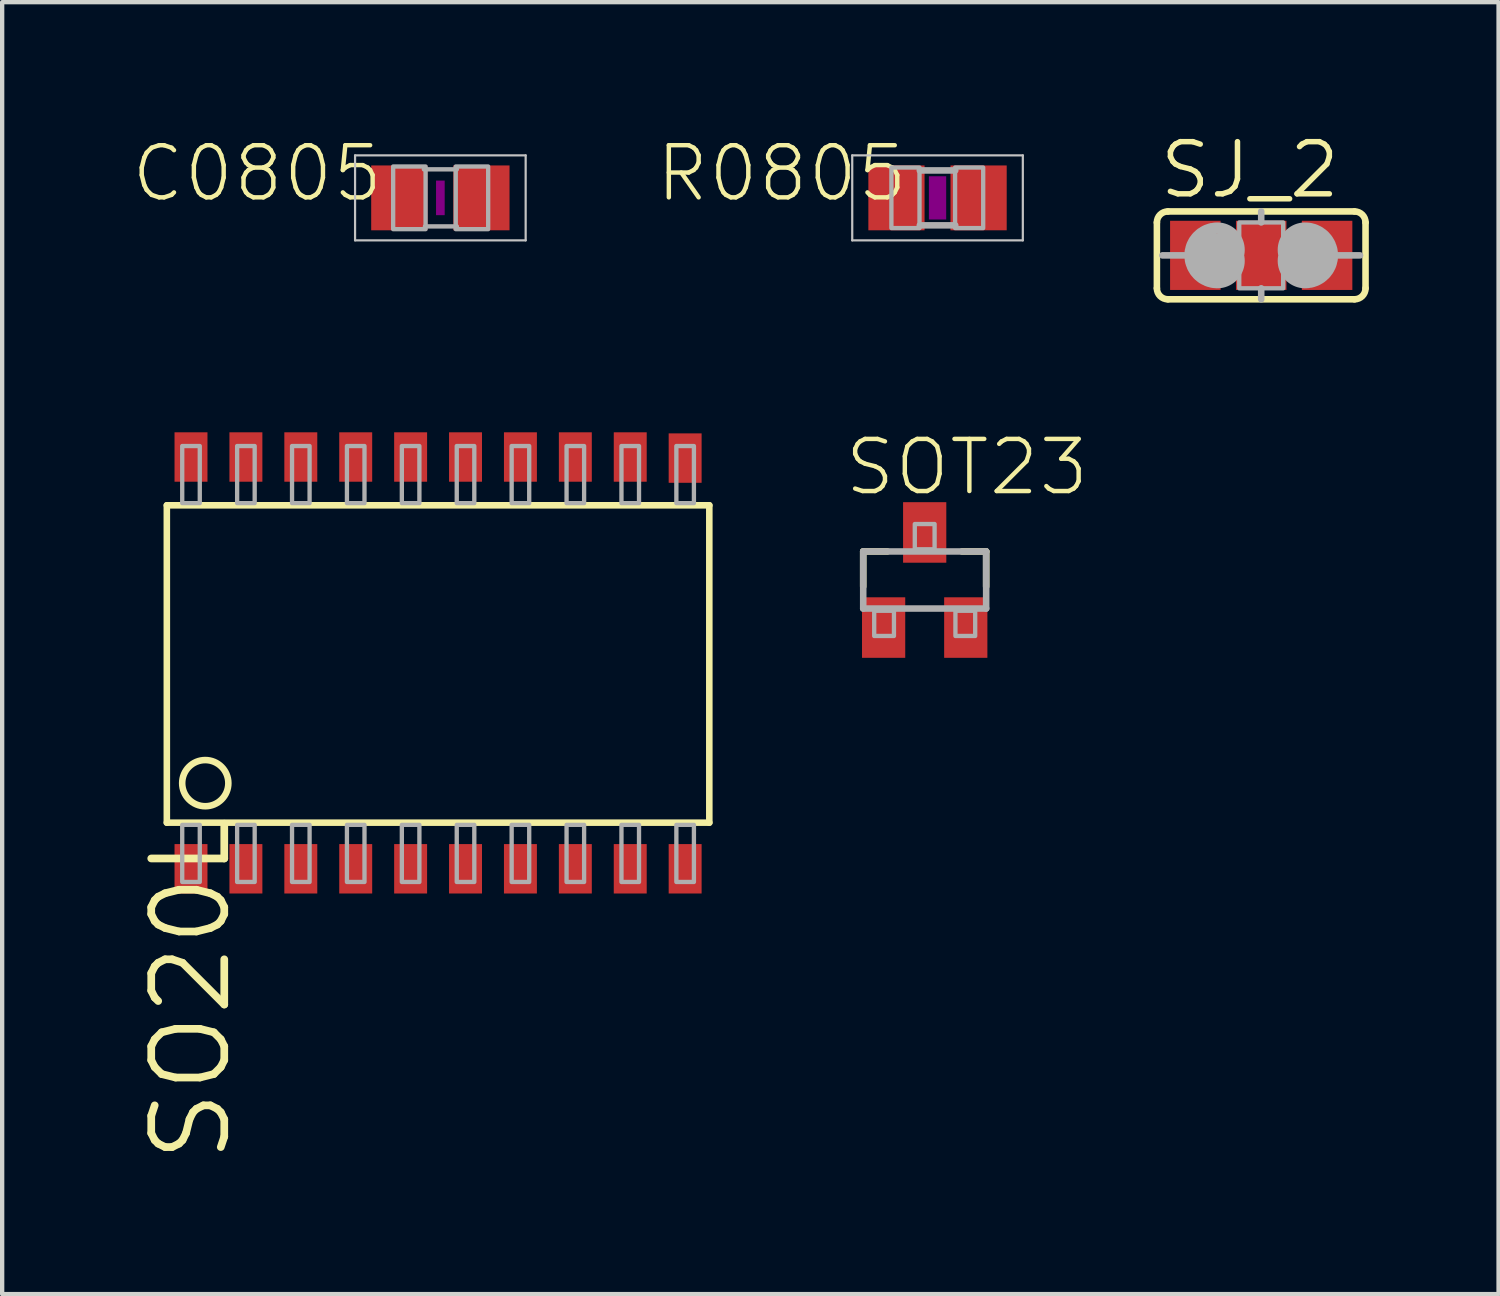
<source format=kicad_pcb>
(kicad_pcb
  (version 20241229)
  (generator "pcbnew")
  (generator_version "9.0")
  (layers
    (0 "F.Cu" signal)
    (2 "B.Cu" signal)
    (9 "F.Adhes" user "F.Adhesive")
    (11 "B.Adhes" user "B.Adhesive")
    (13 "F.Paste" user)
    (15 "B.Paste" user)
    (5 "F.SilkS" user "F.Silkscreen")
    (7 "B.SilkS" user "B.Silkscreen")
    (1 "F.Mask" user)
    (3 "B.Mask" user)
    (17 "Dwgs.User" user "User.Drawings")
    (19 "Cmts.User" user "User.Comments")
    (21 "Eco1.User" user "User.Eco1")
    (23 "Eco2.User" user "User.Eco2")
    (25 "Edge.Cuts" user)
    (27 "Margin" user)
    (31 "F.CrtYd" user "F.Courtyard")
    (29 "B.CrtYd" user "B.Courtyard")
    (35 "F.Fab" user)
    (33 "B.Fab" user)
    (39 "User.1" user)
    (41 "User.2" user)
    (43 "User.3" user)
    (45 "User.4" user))
  (footprint "SJ_2"
    (layer "F.Cu")
    (at 26.123 2.857)
    (property "Reference" "SJ_2" (at -2.413 -1.27 0) (layer "F.SilkS") (effects (font (size 1.206 1.206) (thickness 0.127)) (justify left bottom)))
    (attr through_hole)
    (fp_line (start -2.413 0.762) (end -2.413 -0.762) (stroke (width 0.152) (type solid)) (layer "F.SilkS"))
    (fp_line (start -2.159 -1.016) (end 2.159 -1.016) (stroke (width 0.152) (type solid)) (layer "F.SilkS"))
    (fp_line (start 2.159 1.016) (end -2.159 1.016) (stroke (width 0.152) (type solid)) (layer "F.SilkS"))
    (fp_line (start 2.413 0.762) (end 2.413 -0.762) (stroke (width 0.152) (type solid)) (layer "F.SilkS"))
    (fp_arc (start -2.413 -0.762) (mid -2.338605 -0.941605) (end -2.159 -1.016) (stroke (width 0.1524) (type solid)) (layer "F.SilkS"))
    (fp_arc (start -2.159 1.016) (mid -2.338605 0.941605) (end -2.413 0.762) (stroke (width 0.1524) (type solid)) (layer "F.SilkS"))
    (fp_arc (start 2.159 -1.016) (mid 2.338605 -0.941605) (end 2.413 -0.762) (stroke (width 0.1524) (type solid)) (layer "F.SilkS"))
    (fp_arc (start 2.413 0.762) (mid 2.338605 0.941605) (end 2.159 1.016) (stroke (width 0.1524) (type solid)) (layer "F.SilkS"))
    (fp_line (start -1.778 0) (end -2.286 0) (stroke (width 0.152) (type solid)) (layer "F.Fab"))
    (fp_line (start 0 -0.762) (end 0 -1.016) (stroke (width 0.152) (type solid)) (layer "F.Fab"))
    (fp_line (start 0 1.016) (end 0 0.762) (stroke (width 0.152) (type solid)) (layer "F.Fab"))
    (fp_line (start 1.778 0) (end 2.286 0) (stroke (width 0.152) (type solid)) (layer "F.Fab"))
    (fp_arc (start -1.016 0.127) (mid -1.143 0) (end -1.016 -0.127) (stroke (width 1.27) (type solid)) (layer "F.Fab"))
    (fp_arc (start 1.016 -0.127) (mid 1.143 0) (end 1.016 0.127) (stroke (width 1.27) (type solid)) (layer "F.Fab"))
    (fp_poly (pts (xy -0.508 0.762) (xy 0.508 0.762) (xy 0.508 -0.762) (xy -0.508 -0.762)) (stroke (width 0.1) (type solid)) (fill no) (layer "F.Fab"))
    (pad "1" smd rect (at -1.524 0) (size 1.168 1.6) (layers "F.Cu" "F.Mask" "F.Paste"))
    (pad "2" smd rect (at 0 0) (size 1.168 1.6) (layers "F.Cu" "F.Mask" "F.Paste"))
    (pad "3" smd rect (at 1.524 0) (size 1.168 1.6) (layers "F.Cu" "F.Mask" "F.Paste")))
  (footprint "C0805"
    (layer "F.Cu")
    (at 7.136 1.527)
    (property "Reference" "C0805" (at -1.27 -1.27 0) (layer "F.SilkS") (effects (font (size 1.206 1.206) (thickness 0.102)) (justify right top)))
    (attr through_hole)
    (fp_poly (pts (xy -0.1 0.4) (xy 0.1 0.4) (xy 0.1 -0.4) (xy -0.1 -0.4)) (stroke (width 0) (type solid)) (fill yes) (layer "F.Adhes"))
    (fp_line (start -1.973 -0.983) (end 1.973 -0.983) (stroke (width 0.051) (type solid)) (layer "Dwgs.User"))
    (fp_line (start -1.973 0.983) (end -1.973 -0.983) (stroke (width 0.051) (type solid)) (layer "Dwgs.User"))
    (fp_line (start 1.973 -0.983) (end 1.973 0.983) (stroke (width 0.051) (type solid)) (layer "Dwgs.User"))
    (fp_line (start 1.973 0.983) (end -1.973 0.983) (stroke (width 0.051) (type solid)) (layer "Dwgs.User"))
    (fp_line (start -0.381 -0.66) (end 0.381 -0.66) (stroke (width 0.102) (type solid)) (layer "F.Fab"))
    (fp_line (start -0.356 0.66) (end 0.381 0.66) (stroke (width 0.102) (type solid)) (layer "F.Fab"))
    (fp_poly (pts (xy -1.092 0.724) (xy -0.342 0.724) (xy -0.342 -0.726) (xy -1.092 -0.726)) (stroke (width 0.1) (type solid)) (fill no) (layer "F.Fab"))
    (fp_poly (pts (xy 0.356 0.724) (xy 1.106 0.724) (xy 1.106 -0.726) (xy 0.356 -0.726)) (stroke (width 0.1) (type solid)) (fill no) (layer "F.Fab"))
    (pad "1" smd rect (at -0.95 0) (size 1.3 1.5) (layers "F.Cu" "F.Mask" "F.Paste"))
    (pad "2" smd rect (at 0.95 0) (size 1.3 1.5) (layers "F.Cu" "F.Mask" "F.Paste")))
  (footprint "R0805"
    (layer "F.Cu")
    (at 18.636 1.527)
    (property "Reference" "R0805" (at -0.635 -1.27 0) (layer "F.SilkS") (effects (font (size 1.206 1.206) (thickness 0.102)) (justify right top)))
    (attr through_hole)
    (fp_poly (pts (xy -0.2 0.5) (xy 0.2 0.5) (xy 0.2 -0.5) (xy -0.2 -0.5)) (stroke (width 0) (type solid)) (fill yes) (layer "F.Adhes"))
    (fp_line (start -1.973 -0.983) (end 1.973 -0.983) (stroke (width 0.051) (type solid)) (layer "Dwgs.User"))
    (fp_line (start -1.973 0.983) (end -1.973 -0.983) (stroke (width 0.051) (type solid)) (layer "Dwgs.User"))
    (fp_line (start 1.973 -0.983) (end 1.973 0.983) (stroke (width 0.051) (type solid)) (layer "Dwgs.User"))
    (fp_line (start 1.973 0.983) (end -1.973 0.983) (stroke (width 0.051) (type solid)) (layer "Dwgs.User"))
    (fp_line (start -0.41 -0.635) (end 0.41 -0.635) (stroke (width 0.152) (type solid)) (layer "F.Fab"))
    (fp_line (start -0.41 0.635) (end 0.41 0.635) (stroke (width 0.152) (type solid)) (layer "F.Fab"))
    (fp_poly (pts (xy -1.067 0.699) (xy -0.417 0.699) (xy -0.417 -0.702) (xy -1.067 -0.702)) (stroke (width 0.1) (type solid)) (fill no) (layer "F.Fab"))
    (fp_poly (pts (xy 0.406 0.699) (xy 1.056 0.699) (xy 1.056 -0.702) (xy 0.406 -0.702)) (stroke (width 0.1) (type solid)) (fill no) (layer "F.Fab"))
    (pad "1" smd rect (at -0.95 0) (size 1.3 1.5) (layers "F.Cu" "F.Mask" "F.Paste"))
    (pad "2" smd rect (at 0.95 0) (size 1.3 1.5) (layers "F.Cu" "F.Mask" "F.Paste")))
  (footprint "SO20L"
    (layer "F.Cu")
    (at 6.448 11.915)
    (property "Reference" "SO20L" (at -6.071 3.81 90) (layer "F.SilkS") (effects (font (size 1.689 1.689) (thickness 0.178)) (justify right top)))
    (attr through_hole)
    (fp_line (start -5.639 -3.277) (end -5.639 4.064) (stroke (width 0.152) (type solid)) (layer "F.SilkS"))
    (fp_line (start -5.639 4.064) (end 6.909 4.064) (stroke (width 0.152) (type solid)) (layer "F.SilkS"))
    (fp_line (start 6.909 -3.277) (end -5.639 -3.277) (stroke (width 0.152) (type solid)) (layer "F.SilkS"))
    (fp_line (start 6.909 4.064) (end 6.909 -3.277) (stroke (width 0.152) (type solid)) (layer "F.SilkS"))
    (fp_circle (center -4.75 3.15) (end -4.216 3.15) (stroke (width 0.152) (type solid)) (fill no) (layer "F.SilkS"))
    (fp_poly (pts (xy -5.283 -3.327) (xy -4.877 -3.327) (xy -4.877 -4.648) (xy -5.283 -4.648)) (stroke (width 0.1) (type solid)) (fill no) (layer "F.Fab"))
    (fp_poly (pts (xy -5.283 5.436) (xy -4.877 5.436) (xy -4.877 4.115) (xy -5.283 4.115)) (stroke (width 0.1) (type solid)) (fill no) (layer "F.Fab"))
    (fp_poly (pts (xy -4.013 -3.327) (xy -3.607 -3.327) (xy -3.607 -4.648) (xy -4.013 -4.648)) (stroke (width 0.1) (type solid)) (fill no) (layer "F.Fab"))
    (fp_poly (pts (xy -4.013 5.436) (xy -3.607 5.436) (xy -3.607 4.115) (xy -4.013 4.115)) (stroke (width 0.1) (type solid)) (fill no) (layer "F.Fab"))
    (fp_poly (pts (xy -2.743 -3.327) (xy -2.337 -3.327) (xy -2.337 -4.648) (xy -2.743 -4.648)) (stroke (width 0.1) (type solid)) (fill no) (layer "F.Fab"))
    (fp_poly (pts (xy -2.743 5.436) (xy -2.337 5.436) (xy -2.337 4.115) (xy -2.743 4.115)) (stroke (width 0.1) (type solid)) (fill no) (layer "F.Fab"))
    (fp_poly (pts (xy -1.473 -3.327) (xy -1.067 -3.327) (xy -1.067 -4.648) (xy -1.473 -4.648)) (stroke (width 0.1) (type solid)) (fill no) (layer "F.Fab"))
    (fp_poly (pts (xy -1.473 5.436) (xy -1.067 5.436) (xy -1.067 4.115) (xy -1.473 4.115)) (stroke (width 0.1) (type solid)) (fill no) (layer "F.Fab"))
    (fp_poly (pts (xy -0.203 -3.327) (xy 0.203 -3.327) (xy 0.203 -4.648) (xy -0.203 -4.648)) (stroke (width 0.1) (type solid)) (fill no) (layer "F.Fab"))
    (fp_poly (pts (xy -0.203 5.436) (xy 0.203 5.436) (xy 0.203 4.115) (xy -0.203 4.115)) (stroke (width 0.1) (type solid)) (fill no) (layer "F.Fab"))
    (fp_poly (pts (xy 1.067 -3.327) (xy 1.473 -3.327) (xy 1.473 -4.648) (xy 1.067 -4.648)) (stroke (width 0.1) (type solid)) (fill no) (layer "F.Fab"))
    (fp_poly (pts (xy 1.067 5.436) (xy 1.473 5.436) (xy 1.473 4.115) (xy 1.067 4.115)) (stroke (width 0.1) (type solid)) (fill no) (layer "F.Fab"))
    (fp_poly (pts (xy 2.337 -3.327) (xy 2.743 -3.327) (xy 2.743 -4.648) (xy 2.337 -4.648)) (stroke (width 0.1) (type solid)) (fill no) (layer "F.Fab"))
    (fp_poly (pts (xy 2.337 5.436) (xy 2.743 5.436) (xy 2.743 4.115) (xy 2.337 4.115)) (stroke (width 0.1) (type solid)) (fill no) (layer "F.Fab"))
    (fp_poly (pts (xy 3.607 -3.327) (xy 4.013 -3.327) (xy 4.013 -4.648) (xy 3.607 -4.648)) (stroke (width 0.1) (type solid)) (fill no) (layer "F.Fab"))
    (fp_poly (pts (xy 3.607 5.436) (xy 4.013 5.436) (xy 4.013 4.115) (xy 3.607 4.115)) (stroke (width 0.1) (type solid)) (fill no) (layer "F.Fab"))
    (fp_poly (pts (xy 4.877 -3.327) (xy 5.283 -3.327) (xy 5.283 -4.648) (xy 4.877 -4.648)) (stroke (width 0.1) (type solid)) (fill no) (layer "F.Fab"))
    (fp_poly (pts (xy 4.877 5.436) (xy 5.283 5.436) (xy 5.283 4.115) (xy 4.877 4.115)) (stroke (width 0.1) (type solid)) (fill no) (layer "F.Fab"))
    (fp_poly (pts (xy 6.147 -3.327) (xy 6.553 -3.327) (xy 6.553 -4.648) (xy 6.147 -4.648)) (stroke (width 0.1) (type solid)) (fill no) (layer "F.Fab"))
    (fp_poly (pts (xy 6.147 5.436) (xy 6.553 5.436) (xy 6.553 4.115) (xy 6.147 4.115)) (stroke (width 0.1) (type solid)) (fill no) (layer "F.Fab"))
    (pad "1" smd rect (at -5.08 5.131) (size 0.762 1.143) (layers "F.Cu" "F.Mask" "F.Paste"))
    (pad "2" smd rect (at -3.81 5.131) (size 0.762 1.143) (layers "F.Cu" "F.Mask" "F.Paste"))
    (pad "3" smd rect (at -2.54 5.131) (size 0.762 1.143) (layers "F.Cu" "F.Mask" "F.Paste"))
    (pad "4" smd rect (at -1.27 5.131) (size 0.762 1.143) (layers "F.Cu" "F.Mask" "F.Paste"))
    (pad "5" smd rect (at 0 5.131) (size 0.762 1.143) (layers "F.Cu" "F.Mask" "F.Paste"))
    (pad "6" smd rect (at 1.27 5.131) (size 0.762 1.143) (layers "F.Cu" "F.Mask" "F.Paste"))
    (pad "7" smd rect (at 2.54 5.131) (size 0.762 1.143) (layers "F.Cu" "F.Mask" "F.Paste"))
    (pad "8" smd rect (at 3.81 5.131) (size 0.762 1.143) (layers "F.Cu" "F.Mask" "F.Paste"))
    (pad "9" smd rect (at 5.08 5.131) (size 0.762 1.143) (layers "F.Cu" "F.Mask" "F.Paste"))
    (pad "10" smd rect (at 6.35 5.131) (size 0.762 1.143) (layers "F.Cu" "F.Mask" "F.Paste"))
    (pad "11" smd rect (at 6.35 -4.369) (size 0.762 1.143) (layers "F.Cu" "F.Mask" "F.Paste"))
    (pad "12" smd rect (at 5.08 -4.394) (size 0.762 1.143) (layers "F.Cu" "F.Mask" "F.Paste"))
    (pad "13" smd rect (at 3.81 -4.394) (size 0.762 1.143) (layers "F.Cu" "F.Mask" "F.Paste"))
    (pad "14" smd rect (at 2.54 -4.394) (size 0.762 1.143) (layers "F.Cu" "F.Mask" "F.Paste"))
    (pad "15" smd rect (at 1.27 -4.394) (size 0.762 1.143) (layers "F.Cu" "F.Mask" "F.Paste"))
    (pad "16" smd rect (at 0 -4.394) (size 0.762 1.143) (layers "F.Cu" "F.Mask" "F.Paste"))
    (pad "17" smd rect (at -1.27 -4.394) (size 0.762 1.143) (layers "F.Cu" "F.Mask" "F.Paste"))
    (pad "18" smd rect (at -2.54 -4.394) (size 0.762 1.143) (layers "F.Cu" "F.Mask" "F.Paste"))
    (pad "19" smd rect (at -3.81 -4.394) (size 0.762 1.143) (layers "F.Cu" "F.Mask" "F.Paste"))
    (pad "20" smd rect (at -5.08 -4.394) (size 0.762 1.143) (layers "F.Cu" "F.Mask" "F.Paste")))
  (footprint "SOT23"
    (layer "F.Cu")
    (at 18.339 10.366)
    (property "Reference" "SOT23" (at -1.905 -1.905 0) (layer "F.SilkS") (effects (font (size 1.206 1.206) (thickness 0.102)) (justify left bottom)))
    (attr through_hole)
    (fp_line (start -1.422 -0.66) (end -0.864 -0.66) (stroke (width 0.152) (type solid)) (layer "F.SilkS"))
    (fp_line (start -1.422 0.152) (end -1.422 -0.66) (stroke (width 0.152) (type solid)) (layer "F.SilkS"))
    (fp_line (start 0.864 -0.66) (end 1.422 -0.66) (stroke (width 0.152) (type solid)) (layer "F.SilkS"))
    (fp_line (start 1.422 -0.66) (end 1.422 0.152) (stroke (width 0.152) (type solid)) (layer "F.SilkS"))
    (fp_line (start -1.422 -0.66) (end 1.422 -0.66) (stroke (width 0.152) (type solid)) (layer "F.Fab"))
    (fp_line (start -1.422 0.66) (end -1.422 -0.66) (stroke (width 0.152) (type solid)) (layer "F.Fab"))
    (fp_line (start 1.422 -0.66) (end 1.422 0.66) (stroke (width 0.152) (type solid)) (layer "F.Fab"))
    (fp_line (start 1.422 0.66) (end -1.422 0.66) (stroke (width 0.152) (type solid)) (layer "F.Fab"))
    (fp_poly (pts (xy -1.168 1.295) (xy -0.711 1.295) (xy -0.711 0.711) (xy -1.168 0.711)) (stroke (width 0.1) (type solid)) (fill no) (layer "F.Fab"))
    (fp_poly (pts (xy -0.229 -0.711) (xy 0.229 -0.711) (xy 0.229 -1.295) (xy -0.229 -1.295)) (stroke (width 0.1) (type solid)) (fill no) (layer "F.Fab"))
    (fp_poly (pts (xy 0.711 1.295) (xy 1.168 1.295) (xy 1.168 0.711) (xy 0.711 0.711)) (stroke (width 0.1) (type solid)) (fill no) (layer "F.Fab"))
    (pad "1" smd rect (at -0.95 1.1) (size 1 1.4) (layers "F.Cu" "F.Mask" "F.Paste"))
    (pad "2" smd rect (at 0.95 1.1) (size 1 1.4) (layers "F.Cu" "F.Mask" "F.Paste"))
    (pad "3" smd rect (at 0 -1.1) (size 1 1.4) (layers "F.Cu" "F.Mask" "F.Paste")))
  (gr_rect
    (start -3 -3)
    (end 31.613 26.884)
    (stroke (width 0.1) (type default))
    (fill no)
    (layer "Edge.Cuts")))
</source>
